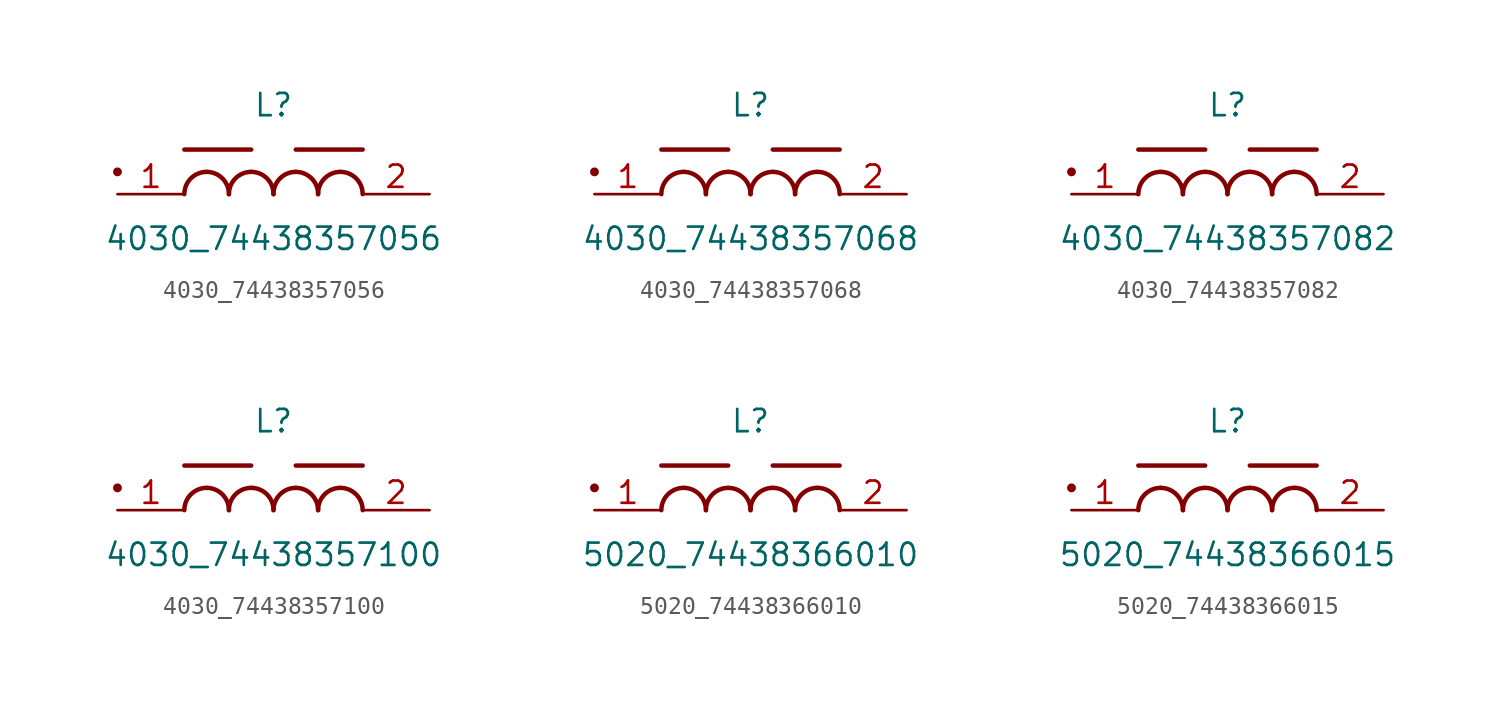
<source format=kicad_sym>
(kicad_symbol_lib
  (version 20211014)
  (generator kicad_symbol_editor)
  (symbol "Inductor_Wurth_WE-MAPI:4030_74438357056"
    (pin_names hide)
    (property "Reference" "L"
      (at 0 5.08 0)
      (effects (font (size 1.27 1.27))))
    (property "Value" "4030_74438357056"
      (at 0 -2.54 0)
      (effects (font (size 1.27 1.27))))
    (symbol "4030_74438357056_0_1"
      (circle (center -8.89 1.27) (radius 0.0001) (stroke (width 0.254)) (stroke (width 0.254) (type default) (color 0 0 0 0)) (fill (type none)))
      (arc (start -3.81 1.27) (mid -4.708 0.898) (end -5.08 0) (stroke (width 0.254) (type default) (color 0 0 0 0)) (fill (type none)))
      (arc (start -2.54 0) (mid -2.912 0.898) (end -3.81 1.27) (stroke (width 0.254) (type default) (color 0 0 0 0)) (fill (type none)))
      (arc (start -1.2699 1.2701) (mid -2.1679 0.8981) (end -2.5399 0.0001) (stroke (width 0.254) (type default) (color 0 0 0 0)) (fill (type none)))
      (polyline (pts (xy -5.08 2.54) (xy -1.27 2.54)) (stroke (width 0.254) (type default) (color 0 0 0 0)) (fill (type none)))
      (polyline (pts (xy 5.08 2.54) (xy 1.27 2.54)) (stroke (width 0.254) (type default) (color 0 0 0 0)) (fill (type none)))
      (arc (start 0.0001 0.0001) (mid -0.3719 0.8981) (end -1.2699 1.2701) (stroke (width 0.254) (type default) (color 0 0 0 0)) (fill (type none)))
      (arc (start 1.2701 1.2701) (mid 0.3721 0.8981) (end 0.0001 0.0001) (stroke (width 0.254) (type default) (color 0 0 0 0)) (fill (type none)))
      (arc (start 2.5401 0.0001) (mid 2.1681 0.8981) (end 1.2701 1.2701) (stroke (width 0.254) (type default) (color 0 0 0 0)) (fill (type none)))
      (arc (start 3.8101 1.2701) (mid 2.9121 0.8981) (end 2.5401 0.0001) (stroke (width 0.254) (type default) (color 0 0 0 0)) (fill (type none)))
      (arc (start 5.0801 0.0001) (mid 4.7081 0.8981) (end 3.8101 1.2701) (stroke (width 0.254) (type default) (color 0 0 0 0)) (fill (type none))))
    (symbol "4030_74438357056_1_1"
      (pin passive line (at -8.89 0 0) (length 3.81) (name "1" (effects (font (size 1.27 1.27)))) (number "1" (effects (font (size 1.27 1.27)))))
      (pin passive line (at 8.89 0 180) (length 3.81) (name "2" (effects (font (size 1.27 1.27)))) (number "2" (effects (font (size 1.27 1.27)))))))
  (symbol "Inductor_Wurth_WE-MAPI:4030_74438357068"
    (pin_names hide)
    (property "Reference" "L"
      (at 0 5.08 0)
      (effects (font (size 1.27 1.27))))
    (property "Value" "4030_74438357068"
      (at 0 -2.54 0)
      (effects (font (size 1.27 1.27))))
    (symbol "4030_74438357068_0_1"
      (circle (center -8.89 1.27) (radius 0.0001) (stroke (width 0.254)) (stroke (width 0.254) (type default) (color 0 0 0 0)) (fill (type none)))
      (arc (start -3.81 1.27) (mid -4.708 0.898) (end -5.08 0) (stroke (width 0.254) (type default) (color 0 0 0 0)) (fill (type none)))
      (arc (start -2.54 0) (mid -2.912 0.898) (end -3.81 1.27) (stroke (width 0.254) (type default) (color 0 0 0 0)) (fill (type none)))
      (arc (start -1.2699 1.2701) (mid -2.1679 0.8981) (end -2.5399 0.0001) (stroke (width 0.254) (type default) (color 0 0 0 0)) (fill (type none)))
      (polyline (pts (xy -5.08 2.54) (xy -1.27 2.54)) (stroke (width 0.254) (type default) (color 0 0 0 0)) (fill (type none)))
      (polyline (pts (xy 5.08 2.54) (xy 1.27 2.54)) (stroke (width 0.254) (type default) (color 0 0 0 0)) (fill (type none)))
      (arc (start 0.0001 0.0001) (mid -0.3719 0.8981) (end -1.2699 1.2701) (stroke (width 0.254) (type default) (color 0 0 0 0)) (fill (type none)))
      (arc (start 1.2701 1.2701) (mid 0.3721 0.8981) (end 0.0001 0.0001) (stroke (width 0.254) (type default) (color 0 0 0 0)) (fill (type none)))
      (arc (start 2.5401 0.0001) (mid 2.1681 0.8981) (end 1.2701 1.2701) (stroke (width 0.254) (type default) (color 0 0 0 0)) (fill (type none)))
      (arc (start 3.8101 1.2701) (mid 2.9121 0.8981) (end 2.5401 0.0001) (stroke (width 0.254) (type default) (color 0 0 0 0)) (fill (type none)))
      (arc (start 5.0801 0.0001) (mid 4.7081 0.8981) (end 3.8101 1.2701) (stroke (width 0.254) (type default) (color 0 0 0 0)) (fill (type none))))
    (symbol "4030_74438357068_1_1"
      (pin passive line (at -8.89 0 0) (length 3.81) (name "1" (effects (font (size 1.27 1.27)))) (number "1" (effects (font (size 1.27 1.27)))))
      (pin passive line (at 8.89 0 180) (length 3.81) (name "2" (effects (font (size 1.27 1.27)))) (number "2" (effects (font (size 1.27 1.27)))))))
  (symbol "Inductor_Wurth_WE-MAPI:4030_74438357082"
    (pin_names hide)
    (property "Reference" "L"
      (at 0 5.08 0)
      (effects (font (size 1.27 1.27))))
    (property "Value" "4030_74438357082"
      (at 0 -2.54 0)
      (effects (font (size 1.27 1.27))))
    (symbol "4030_74438357082_0_1"
      (circle (center -8.89 1.27) (radius 0.0001) (stroke (width 0.254)) (stroke (width 0.254) (type default) (color 0 0 0 0)) (fill (type none)))
      (arc (start -3.81 1.27) (mid -4.708 0.898) (end -5.08 0) (stroke (width 0.254) (type default) (color 0 0 0 0)) (fill (type none)))
      (arc (start -2.54 0) (mid -2.912 0.898) (end -3.81 1.27) (stroke (width 0.254) (type default) (color 0 0 0 0)) (fill (type none)))
      (arc (start -1.2699 1.2701) (mid -2.1679 0.8981) (end -2.5399 0.0001) (stroke (width 0.254) (type default) (color 0 0 0 0)) (fill (type none)))
      (polyline (pts (xy -5.08 2.54) (xy -1.27 2.54)) (stroke (width 0.254) (type default) (color 0 0 0 0)) (fill (type none)))
      (polyline (pts (xy 5.08 2.54) (xy 1.27 2.54)) (stroke (width 0.254) (type default) (color 0 0 0 0)) (fill (type none)))
      (arc (start 0.0001 0.0001) (mid -0.3719 0.8981) (end -1.2699 1.2701) (stroke (width 0.254) (type default) (color 0 0 0 0)) (fill (type none)))
      (arc (start 1.2701 1.2701) (mid 0.3721 0.8981) (end 0.0001 0.0001) (stroke (width 0.254) (type default) (color 0 0 0 0)) (fill (type none)))
      (arc (start 2.5401 0.0001) (mid 2.1681 0.8981) (end 1.2701 1.2701) (stroke (width 0.254) (type default) (color 0 0 0 0)) (fill (type none)))
      (arc (start 3.8101 1.2701) (mid 2.9121 0.8981) (end 2.5401 0.0001) (stroke (width 0.254) (type default) (color 0 0 0 0)) (fill (type none)))
      (arc (start 5.0801 0.0001) (mid 4.7081 0.8981) (end 3.8101 1.2701) (stroke (width 0.254) (type default) (color 0 0 0 0)) (fill (type none))))
    (symbol "4030_74438357082_1_1"
      (pin passive line (at -8.89 0 0) (length 3.81) (name "1" (effects (font (size 1.27 1.27)))) (number "1" (effects (font (size 1.27 1.27)))))
      (pin passive line (at 8.89 0 180) (length 3.81) (name "2" (effects (font (size 1.27 1.27)))) (number "2" (effects (font (size 1.27 1.27)))))))
  (symbol "Inductor_Wurth_WE-MAPI:4030_74438357100"
    (pin_names hide)
    (property "Reference" "L"
      (at 0 5.08 0)
      (effects (font (size 1.27 1.27))))
    (property "Value" "4030_74438357100"
      (at 0 -2.54 0)
      (effects (font (size 1.27 1.27))))
    (symbol "4030_74438357100_0_1"
      (circle (center -8.89 1.27) (radius 0.0001) (stroke (width 0.254)) (stroke (width 0.254) (type default) (color 0 0 0 0)) (fill (type none)))
      (arc (start -3.81 1.27) (mid -4.708 0.898) (end -5.08 0) (stroke (width 0.254) (type default) (color 0 0 0 0)) (fill (type none)))
      (arc (start -2.54 0) (mid -2.912 0.898) (end -3.81 1.27) (stroke (width 0.254) (type default) (color 0 0 0 0)) (fill (type none)))
      (arc (start -1.2699 1.2701) (mid -2.1679 0.8981) (end -2.5399 0.0001) (stroke (width 0.254) (type default) (color 0 0 0 0)) (fill (type none)))
      (polyline (pts (xy -5.08 2.54) (xy -1.27 2.54)) (stroke (width 0.254) (type default) (color 0 0 0 0)) (fill (type none)))
      (polyline (pts (xy 5.08 2.54) (xy 1.27 2.54)) (stroke (width 0.254) (type default) (color 0 0 0 0)) (fill (type none)))
      (arc (start 0.0001 0.0001) (mid -0.3719 0.8981) (end -1.2699 1.2701) (stroke (width 0.254) (type default) (color 0 0 0 0)) (fill (type none)))
      (arc (start 1.2701 1.2701) (mid 0.3721 0.8981) (end 0.0001 0.0001) (stroke (width 0.254) (type default) (color 0 0 0 0)) (fill (type none)))
      (arc (start 2.5401 0.0001) (mid 2.1681 0.8981) (end 1.2701 1.2701) (stroke (width 0.254) (type default) (color 0 0 0 0)) (fill (type none)))
      (arc (start 3.8101 1.2701) (mid 2.9121 0.8981) (end 2.5401 0.0001) (stroke (width 0.254) (type default) (color 0 0 0 0)) (fill (type none)))
      (arc (start 5.0801 0.0001) (mid 4.7081 0.8981) (end 3.8101 1.2701) (stroke (width 0.254) (type default) (color 0 0 0 0)) (fill (type none))))
    (symbol "4030_74438357100_1_1"
      (pin passive line (at -8.89 0 0) (length 3.81) (name "1" (effects (font (size 1.27 1.27)))) (number "1" (effects (font (size 1.27 1.27)))))
      (pin passive line (at 8.89 0 180) (length 3.81) (name "2" (effects (font (size 1.27 1.27)))) (number "2" (effects (font (size 1.27 1.27)))))))
  (symbol "Inductor_Wurth_WE-MAPI:5020_74438366010"
    (pin_names hide)
    (property "Reference" "L"
      (at 0 5.08 0)
      (effects (font (size 1.27 1.27))))
    (property "Value" "5020_74438366010"
      (at 0 -2.54 0)
      (effects (font (size 1.27 1.27))))
    (symbol "5020_74438366010_0_1"
      (circle (center -8.89 1.27) (radius 0.0001) (stroke (width 0.254)) (stroke (width 0.254) (type default) (color 0 0 0 0)) (fill (type none)))
      (arc (start -3.81 1.27) (mid -4.708 0.898) (end -5.08 0) (stroke (width 0.254) (type default) (color 0 0 0 0)) (fill (type none)))
      (arc (start -2.54 0) (mid -2.912 0.898) (end -3.81 1.27) (stroke (width 0.254) (type default) (color 0 0 0 0)) (fill (type none)))
      (arc (start -1.2699 1.2701) (mid -2.1679 0.8981) (end -2.5399 0.0001) (stroke (width 0.254) (type default) (color 0 0 0 0)) (fill (type none)))
      (polyline (pts (xy -5.08 2.54) (xy -1.27 2.54)) (stroke (width 0.254) (type default) (color 0 0 0 0)) (fill (type none)))
      (polyline (pts (xy 5.08 2.54) (xy 1.27 2.54)) (stroke (width 0.254) (type default) (color 0 0 0 0)) (fill (type none)))
      (arc (start 0.0001 0.0001) (mid -0.3719 0.8981) (end -1.2699 1.2701) (stroke (width 0.254) (type default) (color 0 0 0 0)) (fill (type none)))
      (arc (start 1.2701 1.2701) (mid 0.3721 0.8981) (end 0.0001 0.0001) (stroke (width 0.254) (type default) (color 0 0 0 0)) (fill (type none)))
      (arc (start 2.5401 0.0001) (mid 2.1681 0.8981) (end 1.2701 1.2701) (stroke (width 0.254) (type default) (color 0 0 0 0)) (fill (type none)))
      (arc (start 3.8101 1.2701) (mid 2.9121 0.8981) (end 2.5401 0.0001) (stroke (width 0.254) (type default) (color 0 0 0 0)) (fill (type none)))
      (arc (start 5.0801 0.0001) (mid 4.7081 0.8981) (end 3.8101 1.2701) (stroke (width 0.254) (type default) (color 0 0 0 0)) (fill (type none))))
    (symbol "5020_74438366010_1_1"
      (pin passive line (at -8.89 0 0) (length 3.81) (name "1" (effects (font (size 1.27 1.27)))) (number "1" (effects (font (size 1.27 1.27)))))
      (pin passive line (at 8.89 0 180) (length 3.81) (name "2" (effects (font (size 1.27 1.27)))) (number "2" (effects (font (size 1.27 1.27)))))))
  (symbol "Inductor_Wurth_WE-MAPI:5020_74438366015"
    (pin_names hide)
    (property "Reference" "L"
      (at 0 5.08 0)
      (effects (font (size 1.27 1.27))))
    (property "Value" "5020_74438366015"
      (at 0 -2.54 0)
      (effects (font (size 1.27 1.27))))
    (symbol "5020_74438366015_0_1"
      (circle (center -8.89 1.27) (radius 0.0001) (stroke (width 0.254)) (stroke (width 0.254) (type default) (color 0 0 0 0)) (fill (type none)))
      (arc (start -3.81 1.27) (mid -4.708 0.898) (end -5.08 0) (stroke (width 0.254) (type default) (color 0 0 0 0)) (fill (type none)))
      (arc (start -2.54 0) (mid -2.912 0.898) (end -3.81 1.27) (stroke (width 0.254) (type default) (color 0 0 0 0)) (fill (type none)))
      (arc (start -1.2699 1.2701) (mid -2.1679 0.8981) (end -2.5399 0.0001) (stroke (width 0.254) (type default) (color 0 0 0 0)) (fill (type none)))
      (polyline (pts (xy -5.08 2.54) (xy -1.27 2.54)) (stroke (width 0.254) (type default) (color 0 0 0 0)) (fill (type none)))
      (polyline (pts (xy 5.08 2.54) (xy 1.27 2.54)) (stroke (width 0.254) (type default) (color 0 0 0 0)) (fill (type none)))
      (arc (start 0.0001 0.0001) (mid -0.3719 0.8981) (end -1.2699 1.2701) (stroke (width 0.254) (type default) (color 0 0 0 0)) (fill (type none)))
      (arc (start 1.2701 1.2701) (mid 0.3721 0.8981) (end 0.0001 0.0001) (stroke (width 0.254) (type default) (color 0 0 0 0)) (fill (type none)))
      (arc (start 2.5401 0.0001) (mid 2.1681 0.8981) (end 1.2701 1.2701) (stroke (width 0.254) (type default) (color 0 0 0 0)) (fill (type none)))
      (arc (start 3.8101 1.2701) (mid 2.9121 0.8981) (end 2.5401 0.0001) (stroke (width 0.254) (type default) (color 0 0 0 0)) (fill (type none)))
      (arc (start 5.0801 0.0001) (mid 4.7081 0.8981) (end 3.8101 1.2701) (stroke (width 0.254) (type default) (color 0 0 0 0)) (fill (type none))))
    (symbol "5020_74438366015_1_1"
      (pin passive line (at -8.89 0 0) (length 3.81) (name "1" (effects (font (size 1.27 1.27)))) (number "1" (effects (font (size 1.27 1.27)))))
      (pin passive line (at 8.89 0 180) (length 3.81) (name "2" (effects (font (size 1.27 1.27)))) (number "2" (effects (font (size 1.27 1.27))))))))
</source>
